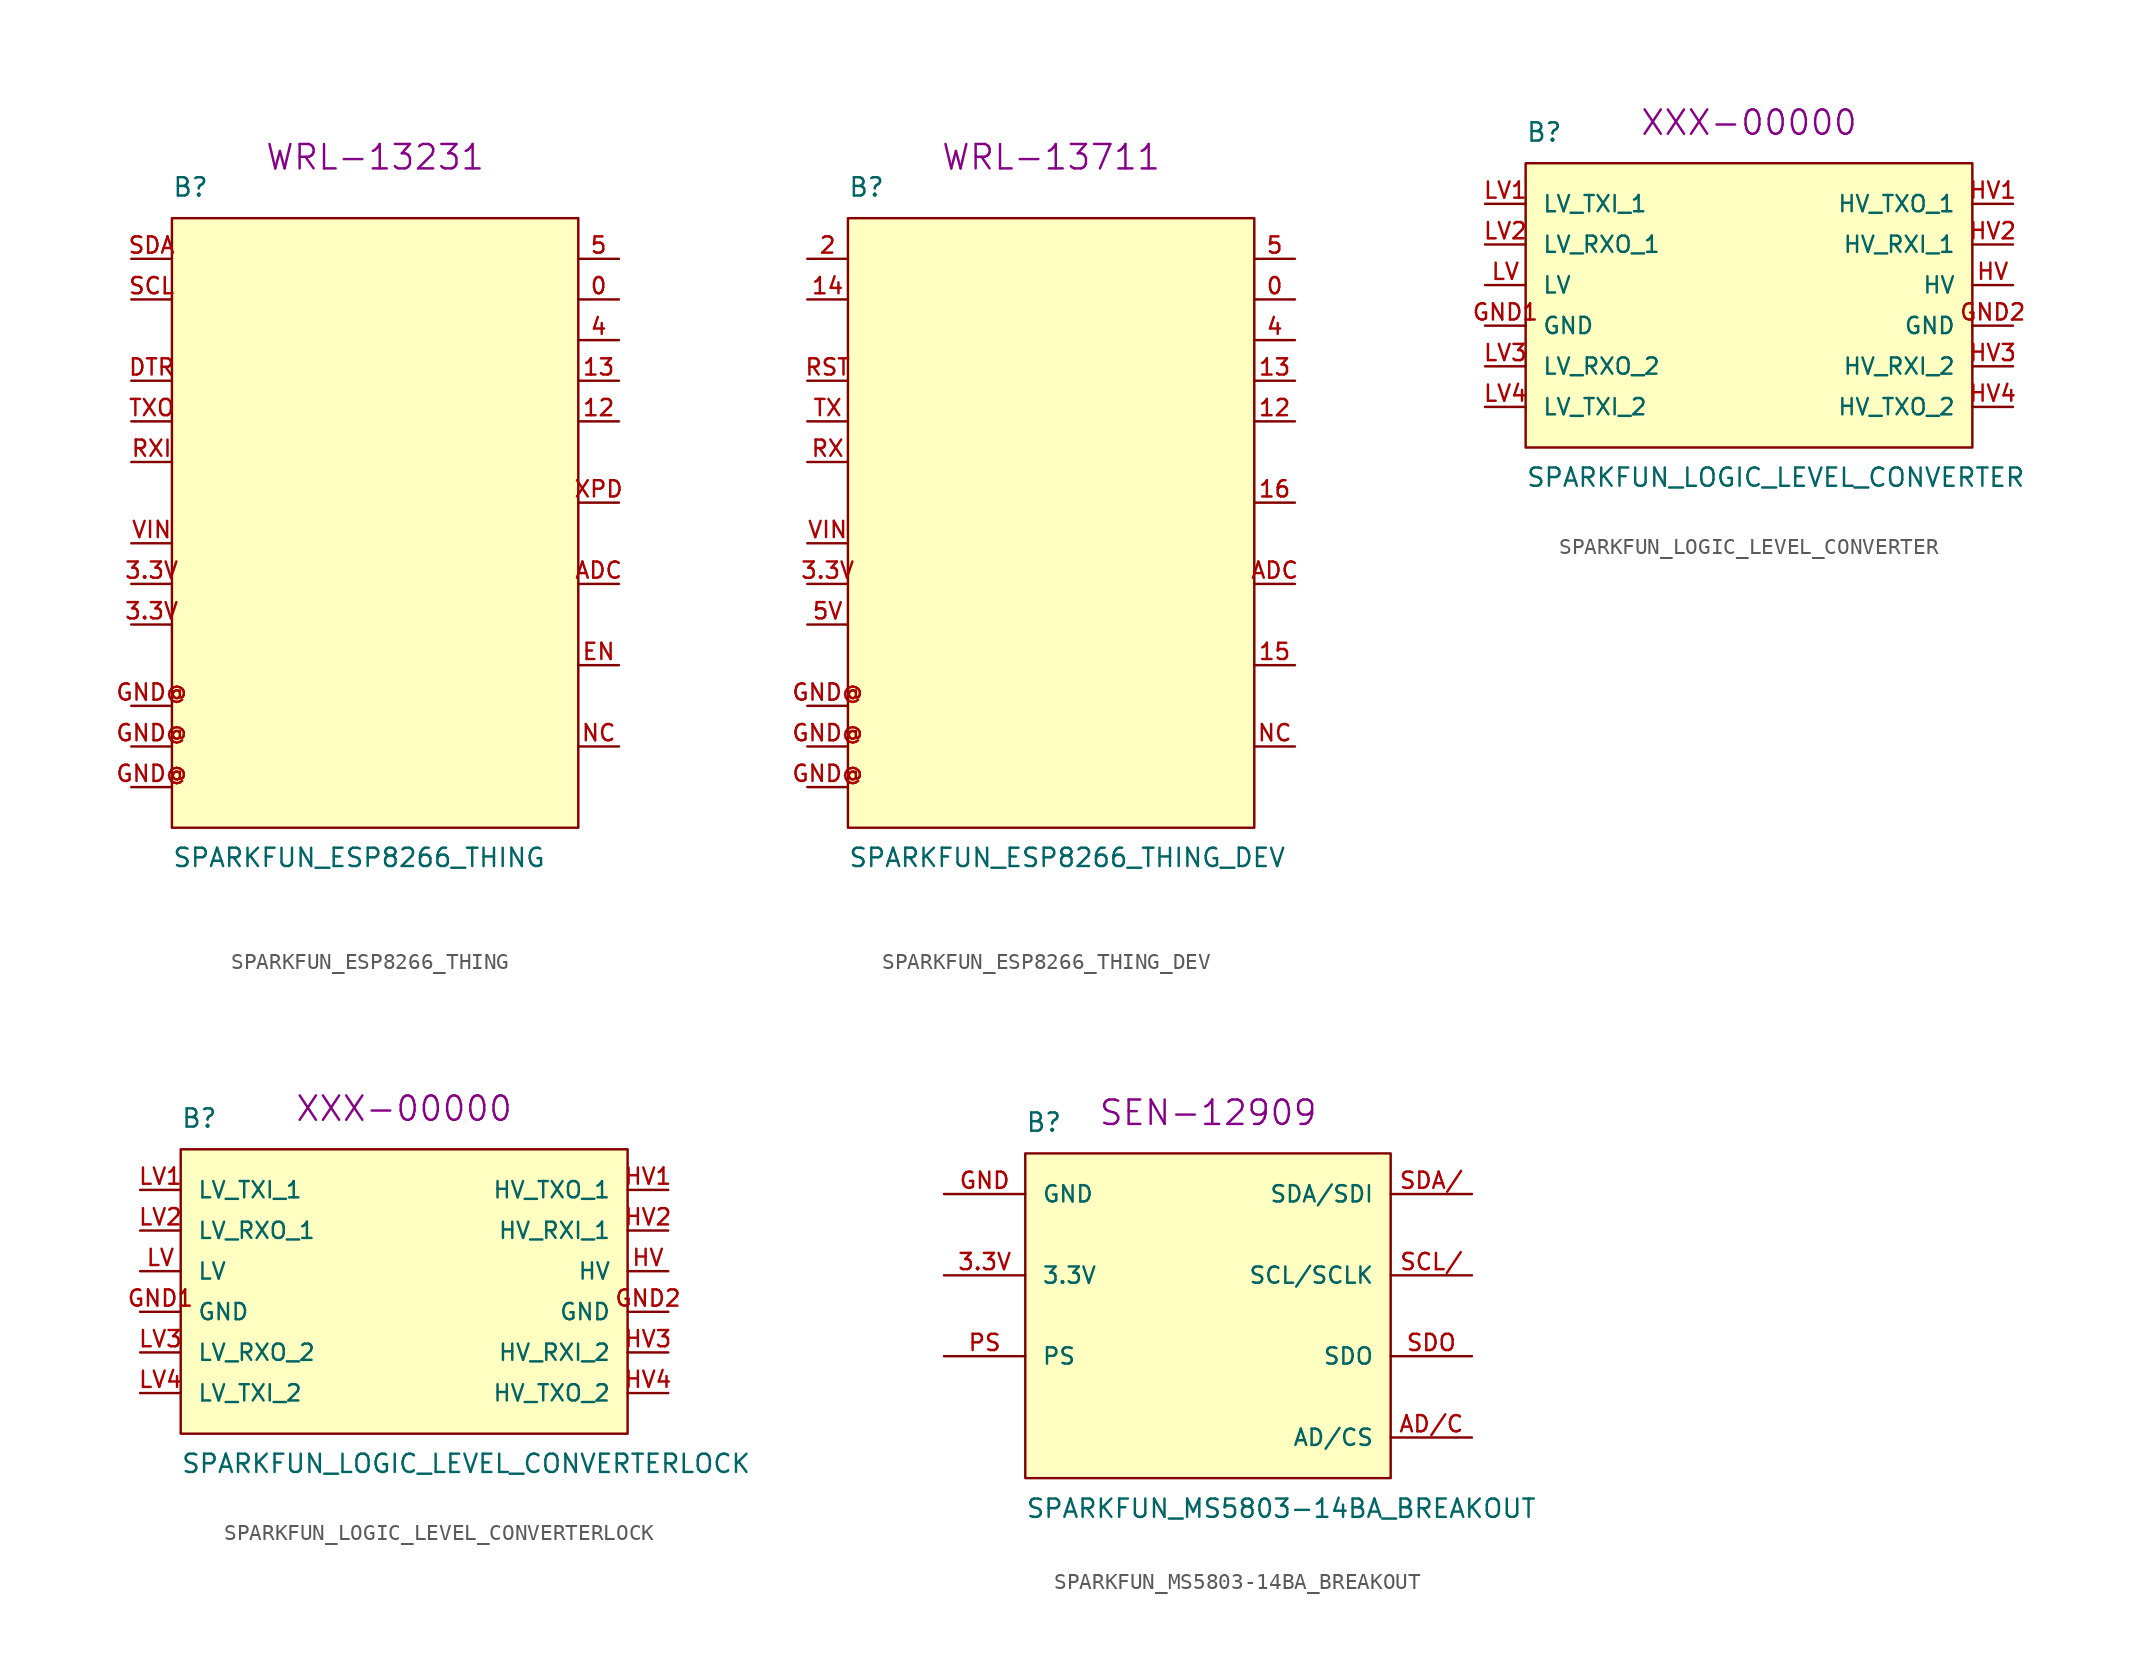
<source format=kicad_sym>
(kicad_symbol_lib
  (version 20211014)
  (generator kicad_symbol_editor)
  (symbol "SPARKFUN_ESP8266_THING"
    (pin_names
      (offset 1.016) hide)
    (property "Reference" "B"
      (at -12.7 21.59 0)
      (effects (font (size 1.143 1.143)) (justify left bottom)))
    (property "Value" "SPARKFUN_ESP8266_THING"
      (at -12.7 -20.32 0)
      (effects (font (size 1.143 1.143)) (justify left bottom)))
    (property "Field4" "WRL-13231"
      (at 0 24.13 0)
      (effects (font (size 1.524 1.524))))
    (property "ki_locked" ""
      (at 0 0 0)
      (effects (font (size 1.27 1.27))))
    (symbol "SPARKFUN_ESP8266_THING_1_1"
      (polyline (pts (xy -12.7 -17.78) (xy -12.7 20.32) (xy 12.7 20.32) (xy 12.7 -17.78) (xy -12.7 -17.78)) (stroke (width 0) (type default) (color 0 0 0 0)) (fill (type background)))
      (pin bidirectional line (at 15.24 15.24 180) (length 2.54) (name "0" (effects (font (size 1.016 1.016)))) (number "0" (effects (font (size 1.016 1.016)))))
      (pin bidirectional line (at 15.24 7.62 180) (length 2.54) (name "12/MISO" (effects (font (size 1.016 1.016)))) (number "12" (effects (font (size 1.016 1.016)))))
      (pin bidirectional line (at 15.24 10.16 180) (length 2.54) (name "13/MOSI" (effects (font (size 1.016 1.016)))) (number "13" (effects (font (size 1.016 1.016)))))
      (pin power_in line (at -15.24 -5.08 0) (length 2.54) (name "3.3V" (effects (font (size 1.016 1.016)))) (number "3.3V" (effects (font (size 1.016 1.016)))))
      (pin power_in line (at -15.24 -2.54 0) (length 2.54) (name "3.3V" (effects (font (size 1.016 1.016)))) (number "3.3V" (effects (font (size 1.016 1.016)))))
      (pin bidirectional line (at 15.24 12.7 180) (length 2.54) (name "4" (effects (font (size 1.016 1.016)))) (number "4" (effects (font (size 1.016 1.016)))))
      (pin bidirectional line (at 15.24 17.78 180) (length 2.54) (name "5" (effects (font (size 1.016 1.016)))) (number "5" (effects (font (size 1.016 1.016)))))
      (pin bidirectional line (at 15.24 -2.54 180) (length 2.54) (name "ADC/A0" (effects (font (size 1.016 1.016)))) (number "ADC" (effects (font (size 1.016 1.016)))))
      (pin bidirectional line (at -15.24 10.16 0) (length 2.54) (name "DTR" (effects (font (size 1.016 1.016)))) (number "DTR" (effects (font (size 1.016 1.016)))))
      (pin input line (at 15.24 -7.62 180) (length 2.54) (name "EN" (effects (font (size 1.016 1.016)))) (number "EN" (effects (font (size 1.016 1.016)))))
      (pin power_in line (at -15.24 -15.24 0) (length 2.54) (name "GND" (effects (font (size 1.016 1.016)))) (number "GND@" (effects (font (size 1.016 1.016)))))
      (pin power_in line (at -15.24 -12.7 0) (length 2.54) (name "GND" (effects (font (size 1.016 1.016)))) (number "GND@" (effects (font (size 1.016 1.016)))))
      (pin power_in line (at -15.24 -10.16 0) (length 2.54) (name "GND" (effects (font (size 1.016 1.016)))) (number "GND@" (effects (font (size 1.016 1.016)))))
      (pin unspecified line (at 15.24 -12.7 180) (length 2.54) (name "NC" (effects (font (size 1.016 1.016)))) (number "NC" (effects (font (size 1.016 1.016)))))
      (pin input line (at -15.24 5.08 0) (length 2.54) (name "RXI" (effects (font (size 1.016 1.016)))) (number "RXI" (effects (font (size 1.016 1.016)))))
      (pin bidirectional line (at -15.24 15.24 0) (length 2.54) (name "SCL/14/SCLK" (effects (font (size 1.016 1.016)))) (number "SCL" (effects (font (size 1.016 1.016)))))
      (pin bidirectional line (at -15.24 17.78 0) (length 2.54) (name "SDA/2" (effects (font (size 1.016 1.016)))) (number "SDA" (effects (font (size 1.016 1.016)))))
      (pin output line (at -15.24 7.62 0) (length 2.54) (name "TXO" (effects (font (size 1.016 1.016)))) (number "TXO" (effects (font (size 1.016 1.016)))))
      (pin power_in line (at -15.24 0 0) (length 2.54) (name "VIN" (effects (font (size 1.016 1.016)))) (number "VIN" (effects (font (size 1.016 1.016)))))
      (pin bidirectional line (at 15.24 2.54 180) (length 2.54) (name "XPD/16" (effects (font (size 1.016 1.016)))) (number "XPD" (effects (font (size 1.016 1.016)))))))
  (symbol "SPARKFUN_ESP8266_THING_DEV"
    (pin_names
      (offset 1.016) hide)
    (property "Reference" "B"
      (at -12.7 21.59 0)
      (effects (font (size 1.143 1.143)) (justify left bottom)))
    (property "Value" "SPARKFUN_ESP8266_THING_DEV"
      (at -12.7 -20.32 0)
      (effects (font (size 1.143 1.143)) (justify left bottom)))
    (property "Field4" "WRL-13711"
      (at 0 24.13 0)
      (effects (font (size 1.524 1.524))))
    (property "ki_locked" ""
      (at 0 0 0)
      (effects (font (size 1.27 1.27))))
    (symbol "SPARKFUN_ESP8266_THING_DEV_1_1"
      (polyline (pts (xy -12.7 -17.78) (xy -12.7 20.32) (xy 12.7 20.32) (xy 12.7 -17.78) (xy -12.7 -17.78)) (stroke (width 0) (type default) (color 0 0 0 0)) (fill (type background)))
      (pin bidirectional line (at 15.24 15.24 180) (length 2.54) (name "0" (effects (font (size 1.016 1.016)))) (number "0" (effects (font (size 1.016 1.016)))))
      (pin bidirectional line (at 15.24 7.62 180) (length 2.54) (name "12/MISO" (effects (font (size 1.016 1.016)))) (number "12" (effects (font (size 1.016 1.016)))))
      (pin bidirectional line (at 15.24 10.16 180) (length 2.54) (name "13/MOSI" (effects (font (size 1.016 1.016)))) (number "13" (effects (font (size 1.016 1.016)))))
      (pin bidirectional line (at -15.24 15.24 0) (length 2.54) (name "SCL/14/SCLK" (effects (font (size 1.016 1.016)))) (number "14" (effects (font (size 1.016 1.016)))))
      (pin bidirectional line (at 15.24 -7.62 180) (length 2.54) (name "15" (effects (font (size 1.016 1.016)))) (number "15" (effects (font (size 1.016 1.016)))))
      (pin bidirectional line (at 15.24 2.54 180) (length 2.54) (name "XPD/16" (effects (font (size 1.016 1.016)))) (number "16" (effects (font (size 1.016 1.016)))))
      (pin bidirectional line (at -15.24 17.78 0) (length 2.54) (name "SDA/2" (effects (font (size 1.016 1.016)))) (number "2" (effects (font (size 1.016 1.016)))))
      (pin power_in line (at -15.24 -2.54 0) (length 2.54) (name "3.3V" (effects (font (size 1.016 1.016)))) (number "3.3V" (effects (font (size 1.016 1.016)))))
      (pin bidirectional line (at 15.24 12.7 180) (length 2.54) (name "4" (effects (font (size 1.016 1.016)))) (number "4" (effects (font (size 1.016 1.016)))))
      (pin bidirectional line (at 15.24 17.78 180) (length 2.54) (name "5" (effects (font (size 1.016 1.016)))) (number "5" (effects (font (size 1.016 1.016)))))
      (pin power_in line (at -15.24 -5.08 0) (length 2.54) (name "5V" (effects (font (size 1.016 1.016)))) (number "5V" (effects (font (size 1.016 1.016)))))
      (pin bidirectional line (at 15.24 -2.54 180) (length 2.54) (name "ADC/A0" (effects (font (size 1.016 1.016)))) (number "ADC" (effects (font (size 1.016 1.016)))))
      (pin power_in line (at -15.24 -15.24 0) (length 2.54) (name "GND" (effects (font (size 1.016 1.016)))) (number "GND@" (effects (font (size 1.016 1.016)))))
      (pin power_in line (at -15.24 -12.7 0) (length 2.54) (name "GND" (effects (font (size 1.016 1.016)))) (number "GND@" (effects (font (size 1.016 1.016)))))
      (pin power_in line (at -15.24 -10.16 0) (length 2.54) (name "GND" (effects (font (size 1.016 1.016)))) (number "GND@" (effects (font (size 1.016 1.016)))))
      (pin unspecified line (at 15.24 -12.7 180) (length 2.54) (name "NC" (effects (font (size 1.016 1.016)))) (number "NC" (effects (font (size 1.016 1.016)))))
      (pin input line (at -15.24 10.16 0) (length 2.54) (name "RST" (effects (font (size 1.016 1.016)))) (number "RST" (effects (font (size 1.016 1.016)))))
      (pin input line (at -15.24 5.08 0) (length 2.54) (name "RXI/8" (effects (font (size 1.016 1.016)))) (number "RX" (effects (font (size 1.016 1.016)))))
      (pin output line (at -15.24 7.62 0) (length 2.54) (name "TXO/7" (effects (font (size 1.016 1.016)))) (number "TX" (effects (font (size 1.016 1.016)))))
      (pin power_in line (at -15.24 0 0) (length 2.54) (name "VIN" (effects (font (size 1.016 1.016)))) (number "VIN" (effects (font (size 1.016 1.016)))))))
  (symbol "SPARKFUN_LOGIC_LEVEL_CONVERTER"
    (pin_names
      (offset 1.016))
    (property "Reference" "B"
      (at -13.97 11.43 0)
      (effects (font (size 1.143 1.143)) (justify left bottom)))
    (property "Value" "SPARKFUN_LOGIC_LEVEL_CONVERTER"
      (at -13.97 -10.16 0)
      (effects (font (size 1.143 1.143)) (justify left bottom)))
    (property "Field4" "XXX-00000"
      (at 0 12.7 0)
      (effects (font (size 1.524 1.524))))
    (property "ki_locked" ""
      (at 0 0 0)
      (effects (font (size 1.27 1.27))))
    (symbol "SPARKFUN_LOGIC_LEVEL_CONVERTER_1_1"
      (polyline (pts (xy -13.97 -7.62) (xy -13.97 10.16) (xy 13.97 10.16) (xy 13.97 -7.62) (xy -13.97 -7.62)) (stroke (width 0) (type default) (color 0 0 0 0)) (fill (type background)))
      (pin power_in line (at -16.51 0 0) (length 2.54) (name "GND" (effects (font (size 1.016 1.016)))) (number "GND1" (effects (font (size 1.016 1.016)))))
      (pin power_in line (at 16.51 0 180) (length 2.54) (name "GND" (effects (font (size 1.016 1.016)))) (number "GND2" (effects (font (size 1.016 1.016)))))
      (pin power_in line (at 16.51 2.54 180) (length 2.54) (name "HV" (effects (font (size 1.016 1.016)))) (number "HV" (effects (font (size 1.016 1.016)))))
      (pin bidirectional line (at 16.51 7.62 180) (length 2.54) (name "HV_TXO_1" (effects (font (size 1.016 1.016)))) (number "HV1" (effects (font (size 1.016 1.016)))))
      (pin bidirectional line (at 16.51 5.08 180) (length 2.54) (name "HV_RXI_1" (effects (font (size 1.016 1.016)))) (number "HV2" (effects (font (size 1.016 1.016)))))
      (pin bidirectional line (at 16.51 -2.54 180) (length 2.54) (name "HV_RXI_2" (effects (font (size 1.016 1.016)))) (number "HV3" (effects (font (size 1.016 1.016)))))
      (pin bidirectional line (at 16.51 -5.08 180) (length 2.54) (name "HV_TXO_2" (effects (font (size 1.016 1.016)))) (number "HV4" (effects (font (size 1.016 1.016)))))
      (pin power_in line (at -16.51 2.54 0) (length 2.54) (name "LV" (effects (font (size 1.016 1.016)))) (number "LV" (effects (font (size 1.016 1.016)))))
      (pin bidirectional line (at -16.51 7.62 0) (length 2.54) (name "LV_TXI_1" (effects (font (size 1.016 1.016)))) (number "LV1" (effects (font (size 1.016 1.016)))))
      (pin bidirectional line (at -16.51 5.08 0) (length 2.54) (name "LV_RXO_1" (effects (font (size 1.016 1.016)))) (number "LV2" (effects (font (size 1.016 1.016)))))
      (pin bidirectional line (at -16.51 -2.54 0) (length 2.54) (name "LV_RXO_2" (effects (font (size 1.016 1.016)))) (number "LV3" (effects (font (size 1.016 1.016)))))
      (pin bidirectional line (at -16.51 -5.08 0) (length 2.54) (name "LV_TXI_2" (effects (font (size 1.016 1.016)))) (number "LV4" (effects (font (size 1.016 1.016)))))))
  (symbol "SPARKFUN_LOGIC_LEVEL_CONVERTERLOCK"
    (pin_names
      (offset 1.016))
    (property "Reference" "B"
      (at -13.97 11.43 0)
      (effects (font (size 1.143 1.143)) (justify left bottom)))
    (property "Value" "SPARKFUN_LOGIC_LEVEL_CONVERTERLOCK"
      (at -13.97 -10.16 0)
      (effects (font (size 1.143 1.143)) (justify left bottom)))
    (property "Field4" "XXX-00000"
      (at 0 12.7 0)
      (effects (font (size 1.524 1.524))))
    (property "ki_locked" ""
      (at 0 0 0)
      (effects (font (size 1.27 1.27))))
    (symbol "SPARKFUN_LOGIC_LEVEL_CONVERTERLOCK_1_1"
      (polyline (pts (xy -13.97 -7.62) (xy -13.97 10.16) (xy 13.97 10.16) (xy 13.97 -7.62) (xy -13.97 -7.62)) (stroke (width 0) (type default) (color 0 0 0 0)) (fill (type background)))
      (pin power_in line (at -16.51 0 0) (length 2.54) (name "GND" (effects (font (size 1.016 1.016)))) (number "GND1" (effects (font (size 1.016 1.016)))))
      (pin power_in line (at 16.51 0 180) (length 2.54) (name "GND" (effects (font (size 1.016 1.016)))) (number "GND2" (effects (font (size 1.016 1.016)))))
      (pin power_in line (at 16.51 2.54 180) (length 2.54) (name "HV" (effects (font (size 1.016 1.016)))) (number "HV" (effects (font (size 1.016 1.016)))))
      (pin bidirectional line (at 16.51 7.62 180) (length 2.54) (name "HV_TXO_1" (effects (font (size 1.016 1.016)))) (number "HV1" (effects (font (size 1.016 1.016)))))
      (pin bidirectional line (at 16.51 5.08 180) (length 2.54) (name "HV_RXI_1" (effects (font (size 1.016 1.016)))) (number "HV2" (effects (font (size 1.016 1.016)))))
      (pin bidirectional line (at 16.51 -2.54 180) (length 2.54) (name "HV_RXI_2" (effects (font (size 1.016 1.016)))) (number "HV3" (effects (font (size 1.016 1.016)))))
      (pin bidirectional line (at 16.51 -5.08 180) (length 2.54) (name "HV_TXO_2" (effects (font (size 1.016 1.016)))) (number "HV4" (effects (font (size 1.016 1.016)))))
      (pin power_in line (at -16.51 2.54 0) (length 2.54) (name "LV" (effects (font (size 1.016 1.016)))) (number "LV" (effects (font (size 1.016 1.016)))))
      (pin bidirectional line (at -16.51 7.62 0) (length 2.54) (name "LV_TXI_1" (effects (font (size 1.016 1.016)))) (number "LV1" (effects (font (size 1.016 1.016)))))
      (pin bidirectional line (at -16.51 5.08 0) (length 2.54) (name "LV_RXO_1" (effects (font (size 1.016 1.016)))) (number "LV2" (effects (font (size 1.016 1.016)))))
      (pin bidirectional line (at -16.51 -2.54 0) (length 2.54) (name "LV_RXO_2" (effects (font (size 1.016 1.016)))) (number "LV3" (effects (font (size 1.016 1.016)))))
      (pin bidirectional line (at -16.51 -5.08 0) (length 2.54) (name "LV_TXI_2" (effects (font (size 1.016 1.016)))) (number "LV4" (effects (font (size 1.016 1.016)))))))
  (symbol "SPARKFUN_MS5803-14BA_BREAKOUT"
    (pin_names
      (offset 1.016))
    (property "Reference" "B"
      (at -11.43 11.43 0)
      (effects (font (size 1.143 1.143)) (justify left bottom)))
    (property "Value" "SPARKFUN_MS5803-14BA_BREAKOUT"
      (at -11.43 -12.7 0)
      (effects (font (size 1.143 1.143)) (justify left bottom)))
    (property "Field4" "SEN-12909"
      (at 0 12.7 0)
      (effects (font (size 1.524 1.524))))
    (property "ki_locked" ""
      (at 0 0 0)
      (effects (font (size 1.27 1.27))))
    (symbol "SPARKFUN_MS5803-14BA_BREAKOUT_1_1"
      (polyline (pts (xy -11.43 10.16) (xy -11.43 -10.135) (xy 11.405 -10.135) (xy 11.405 10.16) (xy -11.43 10.16)) (stroke (width 0) (type default) (color 0 0 0 0)) (fill (type background)))
      (pin bidirectional line (at -16.51 2.54 0) (length 5.08) (name "3.3V" (effects (font (size 1.016 1.016)))) (number "3.3V" (effects (font (size 1.016 1.016)))))
      (pin bidirectional line (at 16.485 -7.595 180) (length 5.08) (name "AD/CS" (effects (font (size 1.016 1.016)))) (number "AD/C" (effects (font (size 1.016 1.016)))))
      (pin bidirectional line (at -16.51 7.62 0) (length 5.08) (name "GND" (effects (font (size 1.016 1.016)))) (number "GND" (effects (font (size 1.016 1.016)))))
      (pin bidirectional line (at -16.51 -2.515 0) (length 5.08) (name "PS" (effects (font (size 1.016 1.016)))) (number "PS" (effects (font (size 1.016 1.016)))))
      (pin bidirectional line (at 16.485 2.54 180) (length 5.08) (name "SCL/SCLK" (effects (font (size 1.016 1.016)))) (number "SCL/" (effects (font (size 1.016 1.016)))))
      (pin bidirectional line (at 16.485 7.62 180) (length 5.08) (name "SDA/SDI" (effects (font (size 1.016 1.016)))) (number "SDA/" (effects (font (size 1.016 1.016)))))
      (pin bidirectional line (at 16.485 -2.515 180) (length 5.08) (name "SDO" (effects (font (size 1.016 1.016)))) (number "SDO" (effects (font (size 1.016 1.016))))))))
</source>
